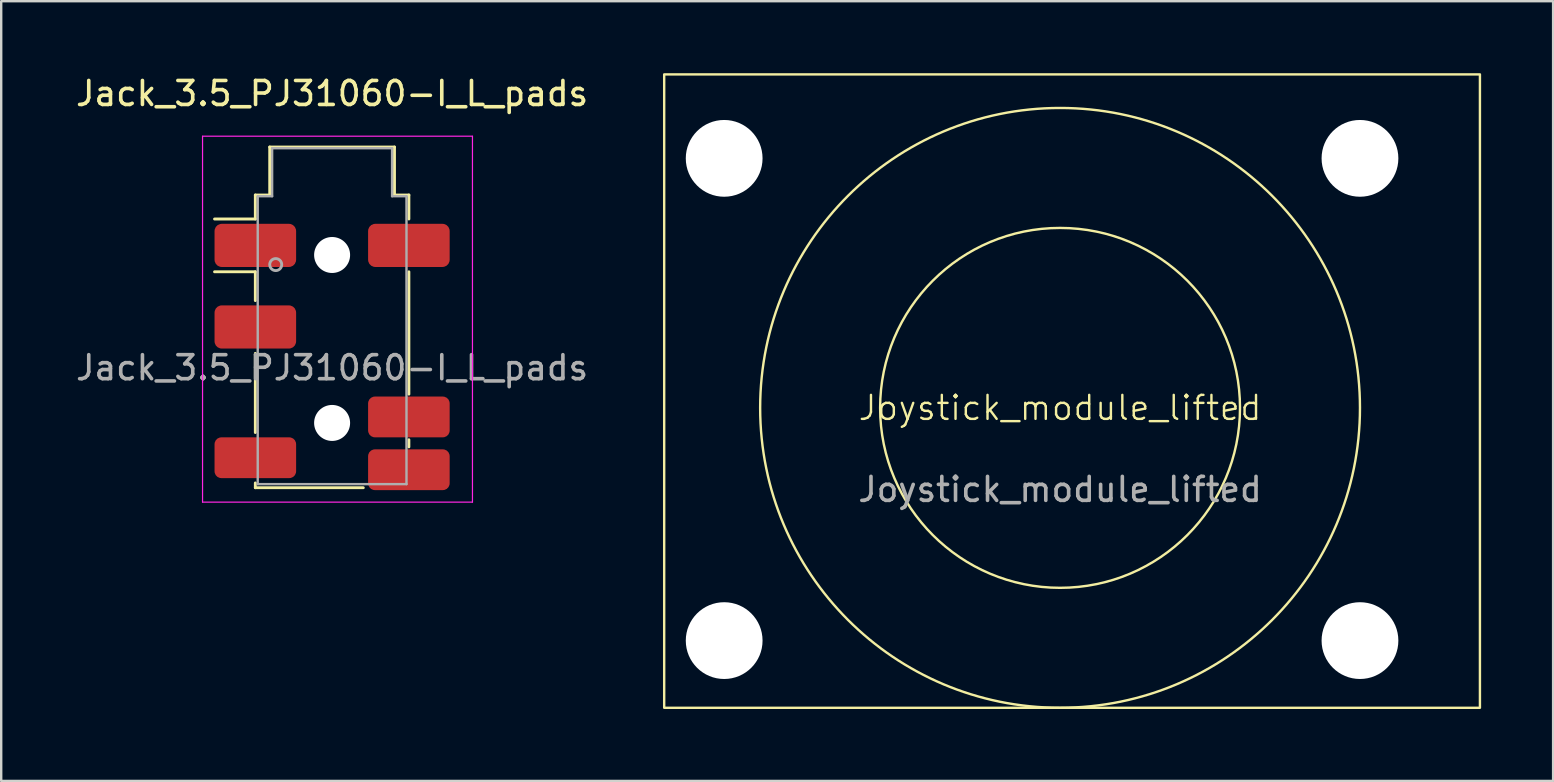
<source format=kicad_pcb>
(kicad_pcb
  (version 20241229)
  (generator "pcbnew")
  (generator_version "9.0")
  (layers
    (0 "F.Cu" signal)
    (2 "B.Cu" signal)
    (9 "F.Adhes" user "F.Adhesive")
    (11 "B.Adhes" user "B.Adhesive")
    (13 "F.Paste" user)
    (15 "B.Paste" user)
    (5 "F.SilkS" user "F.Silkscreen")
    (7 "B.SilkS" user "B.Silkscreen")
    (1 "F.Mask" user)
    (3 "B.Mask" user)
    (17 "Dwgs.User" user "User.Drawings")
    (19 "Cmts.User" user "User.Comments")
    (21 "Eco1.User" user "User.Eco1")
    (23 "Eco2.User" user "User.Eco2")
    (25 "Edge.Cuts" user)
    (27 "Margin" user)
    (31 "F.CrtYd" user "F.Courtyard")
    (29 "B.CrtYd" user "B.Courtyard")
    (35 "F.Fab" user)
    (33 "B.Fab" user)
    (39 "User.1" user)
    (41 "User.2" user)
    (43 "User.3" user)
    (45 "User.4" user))
  (footprint "Jack_3.5_PJ31060-I_L_pads"
    (layer "F.Cu")
    (at 10.792 12.278)
    (property "Reference" "Jack_3.5_PJ31060-I_L_pads" (at 0 -11.43 0) (layer "F.SilkS") (effects (font (size 1 1) (thickness 0.15))))
    (attr smd)
    (fp_line (start -4.9 -4) (end -3.2 -4) (stroke (width 0.12) (type solid)) (layer "F.SilkS"))
    (fp_line (start -3.2 -7.2) (end -2.6 -7.2) (stroke (width 0.12) (type solid)) (layer "F.SilkS"))
    (fp_line (start -3.2 -6.2) (end -4.9 -6.2) (stroke (width 0.12) (type solid)) (layer "F.SilkS"))
    (fp_line (start -3.2 -6.2) (end -3.2 -7.2) (stroke (width 0.12) (type solid)) (layer "F.SilkS"))
    (fp_line (start -3.2 -2.8) (end -3.2 -4) (stroke (width 0.12) (type solid)) (layer "F.SilkS"))
    (fp_line (start -3.2 2.7) (end -3.2 -0.6) (stroke (width 0.12) (type solid)) (layer "F.SilkS"))
    (fp_line (start -3.2 5) (end -3.2 4.8) (stroke (width 0.12) (type solid)) (layer "F.SilkS"))
    (fp_line (start -2.6 -9.2) (end 2.6 -9.2) (stroke (width 0.12) (type solid)) (layer "F.SilkS"))
    (fp_line (start -2.6 -7.2) (end -2.6 -9.2) (stroke (width 0.12) (type solid)) (layer "F.SilkS"))
    (fp_line (start 1.3 5) (end -3.2 5) (stroke (width 0.12) (type solid)) (layer "F.SilkS"))
    (fp_line (start 2.6 -9.2) (end 2.6 -7.2) (stroke (width 0.12) (type solid)) (layer "F.SilkS"))
    (fp_line (start 2.6 -7.2) (end 3.2 -7.2) (stroke (width 0.12) (type solid)) (layer "F.SilkS"))
    (fp_line (start 3.2 -7.2) (end 3.2 -6.2) (stroke (width 0.12) (type solid)) (layer "F.SilkS"))
    (fp_line (start 3.2 -4) (end 3.2 1.1) (stroke (width 0.12) (type solid)) (layer "F.SilkS"))
    (fp_line (start 3.2 3) (end 3.2 3.3) (stroke (width 0.12) (type solid)) (layer "F.SilkS"))
    (fp_line (start -5.4 -9.65) (end -5.4 5.6) (stroke (width 0.05) (type solid)) (layer "F.CrtYd"))
    (fp_line (start -5.4 -9.65) (end 5.85 -9.65) (stroke (width 0.05) (type solid)) (layer "F.CrtYd"))
    (fp_line (start 5.85 5.6) (end -5.4 5.6) (stroke (width 0.05) (type solid)) (layer "F.CrtYd"))
    (fp_line (start 5.85 5.6) (end 5.85 -9.65) (stroke (width 0.05) (type solid)) (layer "F.CrtYd"))
    (fp_line (start -3.1 -7.15) (end -3.1 4.85) (stroke (width 0.1) (type solid)) (layer "F.Fab"))
    (fp_line (start -2.5 -9.15) (end -2.5 -7.15) (stroke (width 0.1) (type solid)) (layer "F.Fab"))
    (fp_line (start -2.5 -7.15) (end -3.1 -7.15) (stroke (width 0.1) (type solid)) (layer "F.Fab"))
    (fp_line (start 2.5 -9.15) (end -2.5 -9.15) (stroke (width 0.1) (type solid)) (layer "F.Fab"))
    (fp_line (start 2.5 -7.15) (end 2.5 -9.15) (stroke (width 0.1) (type solid)) (layer "F.Fab"))
    (fp_line (start 2.5 -7.15) (end 3.1 -7.15) (stroke (width 0.1) (type solid)) (layer "F.Fab"))
    (fp_line (start 3.1 -7.15) (end 3.1 4.85) (stroke (width 0.1) (type solid)) (layer "F.Fab"))
    (fp_line (start 3.1 4.85) (end -3.1 4.85) (stroke (width 0.1) (type solid)) (layer "F.Fab"))
    (fp_circle (center -2.35 -4.3) (end -2.1 -4.3) (stroke (width 0.12) (type solid)) (fill no) (layer "F.Fab"))
    (fp_text user "${REFERENCE}" (at 0 0 0) (layer "F.Fab") (effects (font (size 1 1) (thickness 0.15))))
    (pad "" np_thru_hole circle (at 0 -4.7) (size 1.5 1.5) (drill 1.5) (layers "*.Cu" "*.Mask"))
    (pad "" np_thru_hole circle (at 0 2.3) (size 1.5 1.5) (drill 1.5) (layers "*.Cu" "*.Mask"))
    (pad "R1" smd roundrect (at -3.2 -1.7) (size 3.4 1.8) (layers "F.Cu" "F.Mask" "F.Paste") (roundrect_rratio 0.167))
    (pad "R1N" smd roundrect (at -3.2 3.75) (size 3.4 1.7) (layers "F.Cu" "F.Mask" "F.Paste") (roundrect_rratio 0.167))
    (pad "R2" smd roundrect (at 3.2 -5.1) (size 3.4 1.8) (layers "F.Cu" "F.Mask" "F.Paste") (roundrect_rratio 0.167))
    (pad "S" smd roundrect (at -3.2 -5.1) (size 3.4 1.8) (layers "F.Cu" "F.Mask" "F.Paste") (roundrect_rratio 0.167))
    (pad "T" smd roundrect (at 3.2 2.05) (size 3.4 1.7) (layers "F.Cu" "F.Mask" "F.Paste") (roundrect_rratio 0.167))
    (pad "TN" smd roundrect (at 3.2 4.25) (size 3.4 1.7) (layers "F.Cu" "F.Mask" "F.Paste") (roundrect_rratio 0.167)))
  (footprint "Joystick_module_lifted"
    (layer "F.Cu")
    (at 27.133 3.55)
    (property "Reference" "Joystick_module_lifted" (at 14 10.4 0) (unlocked yes) (layer "F.SilkS") (effects (font (size 1 1) (thickness 0.1))))
    (fp_rect (start -2.5 -3.5) (end 31.5 22.9) (stroke (width 0.1) (type default)) (fill no) (layer "F.SilkS"))
    (fp_circle (center 14 10.4) (end 21.5 10.4) (stroke (width 0.1) (type default)) (fill no) (layer "F.SilkS"))
    (fp_circle (center 14 10.4) (end 26.5 10.4) (stroke (width 0.1) (type default)) (fill no) (layer "F.SilkS"))
    (fp_text user "${REFERENCE}" (at 14 13.8 0) (unlocked yes) (layer "F.Fab") (effects (font (size 1 1) (thickness 0.15))))
    (pad "" np_thru_hole circle (at 0 0) (size 3.2 3.2) (drill 3.2) (layers "*.Cu" "*.Mask"))
    (pad "" np_thru_hole circle (at 0 20.1) (size 3.2 3.2) (drill 3.2) (layers "*.Cu" "*.Mask"))
    (pad "" np_thru_hole circle (at 26.5 0) (size 3.2 3.2) (drill 3.2) (layers "*.Cu" "*.Mask"))
    (pad "" np_thru_hole circle (at 26.5 20.1) (size 3.2 3.2) (drill 3.2) (layers "*.Cu" "*.Mask")))
  (gr_rect
    (start -3 -3)
    (end 61.683 29.5)
    (stroke (width 0.1) (type default))
    (fill no)
    (layer "Edge.Cuts")))
</source>
